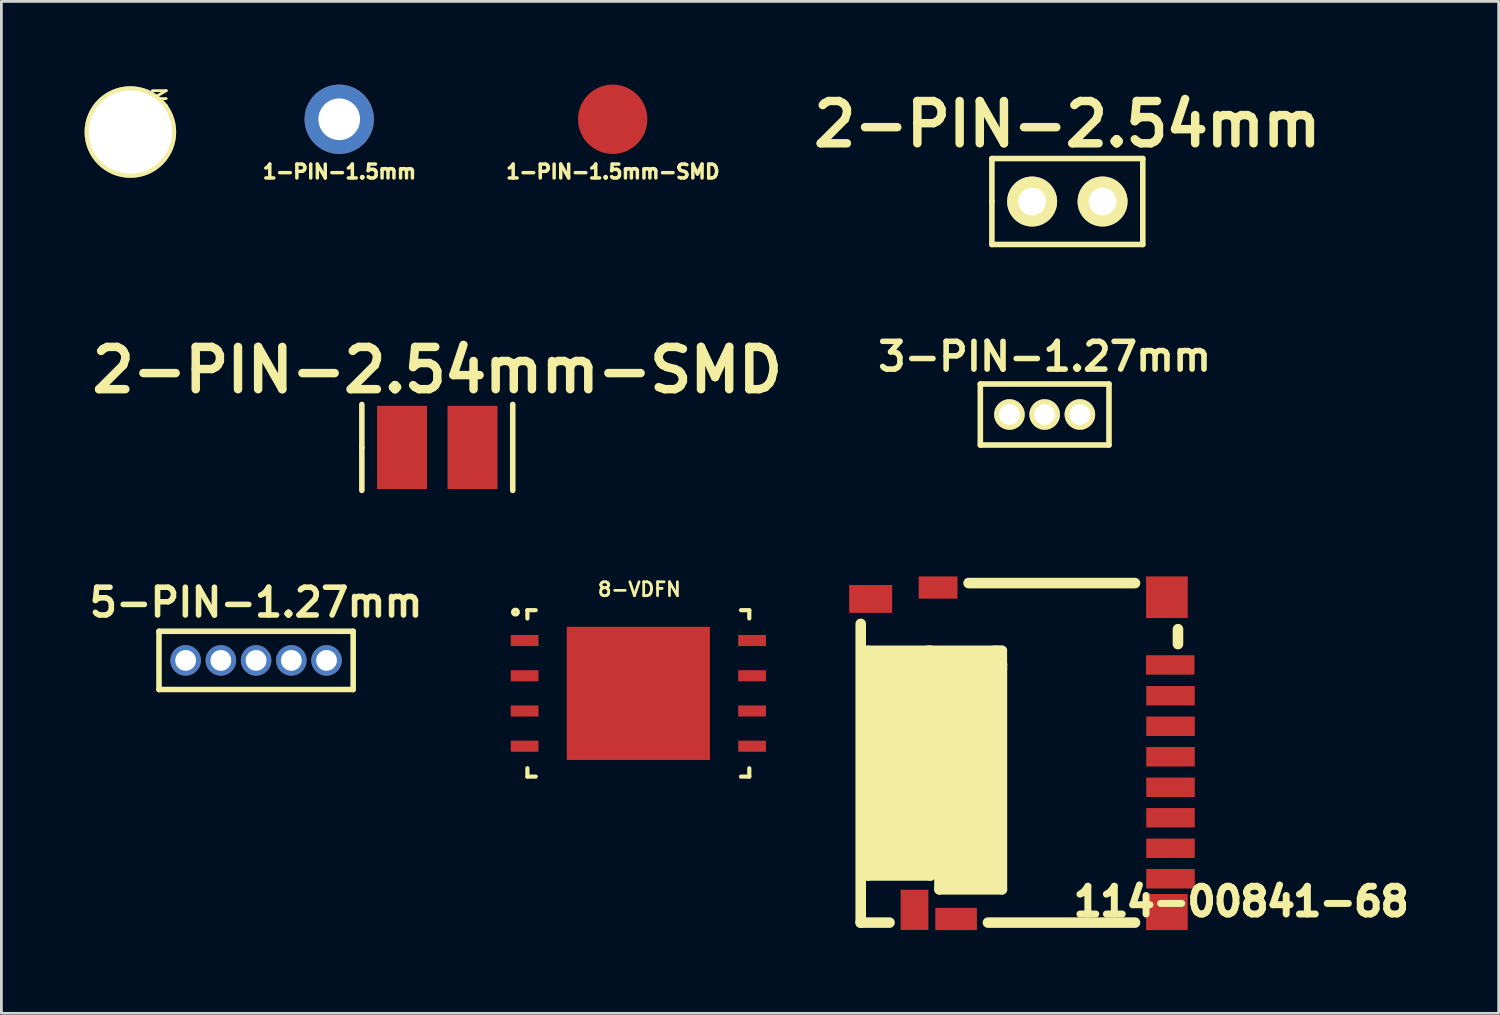
<source format=kicad_pcb>
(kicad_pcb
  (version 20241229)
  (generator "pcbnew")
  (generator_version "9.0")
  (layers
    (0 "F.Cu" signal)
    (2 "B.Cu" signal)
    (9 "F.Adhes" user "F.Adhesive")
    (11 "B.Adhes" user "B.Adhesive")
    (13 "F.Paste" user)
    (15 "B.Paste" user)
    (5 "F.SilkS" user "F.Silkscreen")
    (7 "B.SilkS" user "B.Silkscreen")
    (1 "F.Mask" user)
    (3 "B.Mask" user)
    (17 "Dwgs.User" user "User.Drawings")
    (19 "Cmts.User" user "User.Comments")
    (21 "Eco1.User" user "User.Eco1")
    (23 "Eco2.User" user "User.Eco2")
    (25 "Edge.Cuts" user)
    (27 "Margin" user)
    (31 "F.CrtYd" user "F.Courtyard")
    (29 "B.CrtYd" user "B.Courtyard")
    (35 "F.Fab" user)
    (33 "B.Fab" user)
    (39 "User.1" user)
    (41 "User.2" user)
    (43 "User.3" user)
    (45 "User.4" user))
  (footprint "3-PIN-1.27mm"
    (layer "F.Cu")
    (at 34.611 11.893)
    (property "Reference" "3-PIN-1.27mm" (at 0 -2.09 0) (layer "F.SilkS") (effects (font (size 1.001 1.001) (thickness 0.201))))
    (attr through_hole)
    (fp_line (start -2.319 -1.1) (end 2.319 -1.1) (stroke (width 0.201) (type solid)) (layer "F.SilkS"))
    (fp_line (start -2.319 1.1) (end -2.319 -1.1) (stroke (width 0.201) (type solid)) (layer "F.SilkS"))
    (fp_line (start 2.319 -1.1) (end 2.319 1.1) (stroke (width 0.201) (type solid)) (layer "F.SilkS"))
    (fp_line (start 2.319 1.1) (end -2.319 1.1) (stroke (width 0.201) (type solid)) (layer "F.SilkS"))
    (pad "1" thru_hole circle (at -1.27 0) (size 1.1 1.1) (drill 0.749) (layers "*.Cu" "*.Mask" "F.SilkS"))
    (pad "2" thru_hole circle (at 0 0) (size 1.1 1.1) (drill 0.749) (layers "*.Cu" "*.Mask" "F.SilkS"))
    (pad "3" thru_hole circle (at 1.27 0) (size 1.1 1.1) (drill 0.749) (layers "*.Cu" "*.Mask" "F.SilkS")))
  (footprint "1-PIN-1.5mm-SMD"
    (layer "F.Cu")
    (at 19.038 1.25)
    (property "Reference" "1-PIN-1.5mm-SMD" (at 0.008 1.89 0) (layer "F.SilkS") (effects (font (size 0.5 0.5) (thickness 0.125))))
    (attr through_hole)
    (pad "1" smd circle (at 0 0) (size 2.5 2.5) (layers "F.Cu" "F.Mask" "F.Paste")))
  (footprint "8-VDFN"
    (layer "F.Cu")
    (at 19.963 21.947)
    (property "Reference" "8-VDFN" (at 0.038 -3.749 0) (layer "F.SilkS") (effects (font (size 0.5 0.5) (thickness 0.1))))
    (attr through_hole)
    (fp_line (start -4 -3) (end -3.7 -3) (stroke (width 0.15) (type solid)) (layer "F.SilkS"))
    (fp_line (start -4 -2.7) (end -4 -3) (stroke (width 0.15) (type solid)) (layer "F.SilkS"))
    (fp_line (start -4 2.7) (end -4 3) (stroke (width 0.15) (type solid)) (layer "F.SilkS"))
    (fp_line (start -4 3) (end -3.7 3) (stroke (width 0.15) (type solid)) (layer "F.SilkS"))
    (fp_line (start 3.7 3) (end 4 3) (stroke (width 0.15) (type solid)) (layer "F.SilkS"))
    (fp_line (start 4 -3) (end 3.7 -3) (stroke (width 0.15) (type solid)) (layer "F.SilkS"))
    (fp_line (start 4 -2.7) (end 4 -3) (stroke (width 0.15) (type solid)) (layer "F.SilkS"))
    (fp_line (start 4 3) (end 4 2.7) (stroke (width 0.15) (type solid)) (layer "F.SilkS"))
    (fp_circle (center -4.43 -2.93) (end -4.361 -2.877) (stroke (width 0.15) (type solid)) (fill no) (layer "F.SilkS"))
    (pad "1" smd rect (at -4.1 -1.905) (size 1 0.4) (layers "F.Cu" "F.Mask" "F.Paste"))
    (pad "2" smd rect (at -4.1 -0.635) (size 1 0.4) (layers "F.Cu" "F.Mask" "F.Paste"))
    (pad "3" smd rect (at -4.1 0.635) (size 1 0.4) (layers "F.Cu" "F.Mask" "F.Paste"))
    (pad "4" smd rect (at -4.1 1.905) (size 1 0.4) (layers "F.Cu" "F.Mask" "F.Paste"))
    (pad "4" smd rect (at 0 0) (size 5.16 4.8) (layers "F.Cu" "F.Mask" "F.Paste"))
    (pad "5" smd rect (at 4.1 1.905) (size 1 0.4) (layers "F.Cu" "F.Mask" "F.Paste"))
    (pad "6" smd rect (at 4.1 0.635) (size 1 0.4) (layers "F.Cu" "F.Mask" "F.Paste"))
    (pad "7" smd rect (at 4.1 -0.635) (size 1 0.4) (layers "F.Cu" "F.Mask" "F.Paste"))
    (pad "8" smd rect (at 4.1 -1.905) (size 1 0.4) (layers "F.Cu" "F.Mask" "F.Paste")))
  (footprint "1-PIN-1.5mm"
    (layer "F.Cu")
    (at 9.18 1.25)
    (property "Reference" "1-PIN-1.5mm" (at 0.008 1.89 0) (layer "F.SilkS") (effects (font (size 0.5 0.5) (thickness 0.125))))
    (attr through_hole)
    (pad "1" thru_hole circle (at 0 0) (size 2.5 2.5) (drill 1.5) (layers "*.Cu" "*.Mask")))
  (footprint "2-PIN-2.54mm-SMD"
    (layer "F.Cu")
    (at 12.715 13.08)
    (property "Reference" "2-PIN-2.54mm-SMD" (at 0 -2.789 0) (layer "F.SilkS") (effects (font (size 1.524 1.524) (thickness 0.305))))
    (attr through_hole)
    (fp_line (start -2.72 0) (end -2.72 -1.549) (stroke (width 0.201) (type solid)) (layer "F.SilkS"))
    (fp_line (start -2.72 1.549) (end -2.72 0) (stroke (width 0.201) (type solid)) (layer "F.SilkS"))
    (fp_line (start 2.72 -1.549) (end 2.72 1.549) (stroke (width 0.201) (type solid)) (layer "F.SilkS"))
    (pad "1" smd rect (at -1.27 0) (size 1.801 3) (layers "F.Cu" "F.Mask" "F.Paste"))
    (pad "2" smd rect (at 1.27 0) (size 1.801 3) (layers "F.Cu" "F.Mask" "F.Paste")))
  (footprint "2-PIN-2.54mm"
    (layer "F.Cu")
    (at 35.429 4.215)
    (property "Reference" "2-PIN-2.54mm" (at 0 -2.789 0) (layer "F.SilkS") (effects (font (size 1.524 1.524) (thickness 0.305))))
    (attr through_hole)
    (fp_line (start -2.72 -1.549) (end 2.72 -1.549) (stroke (width 0.201) (type solid)) (layer "F.SilkS"))
    (fp_line (start -2.72 0) (end -2.72 -1.549) (stroke (width 0.201) (type solid)) (layer "F.SilkS"))
    (fp_line (start -2.72 1.549) (end -2.72 0) (stroke (width 0.201) (type solid)) (layer "F.SilkS"))
    (fp_line (start 2.72 -1.549) (end 2.72 1.549) (stroke (width 0.201) (type solid)) (layer "F.SilkS"))
    (fp_line (start 2.72 1.549) (end -2.72 1.549) (stroke (width 0.201) (type solid)) (layer "F.SilkS"))
    (pad "1" thru_hole circle (at -1.27 0) (size 1.801 1.801) (drill 1.001) (layers "*.Cu" "*.Mask" "F.SilkS"))
    (pad "2" thru_hole circle (at 1.27 0) (size 1.801 1.801) (drill 1.001) (layers "*.Cu" "*.Mask" "F.SilkS")))
  (footprint "5-PIN-1.27mm"
    (layer "F.Cu")
    (at 6.182 20.758)
    (property "Reference" "5-PIN-1.27mm" (at 0 -2.09 0) (layer "F.SilkS") (effects (font (size 1.001 1.001) (thickness 0.201))))
    (attr through_hole)
    (fp_line (start -3.5 -1.05) (end -3.5 1.05) (stroke (width 0.2) (type solid)) (layer "F.SilkS"))
    (fp_line (start -3.5 -1.05) (end 3.5 -1.05) (stroke (width 0.2) (type solid)) (layer "F.SilkS"))
    (fp_line (start -3.5 1.05) (end 3.5 1.05) (stroke (width 0.2) (type solid)) (layer "F.SilkS"))
    (fp_line (start 3.5 -1.05) (end 3.5 1.05) (stroke (width 0.2) (type solid)) (layer "F.SilkS"))
    (pad "1" thru_hole circle (at -2.54 0) (size 1.1 1.1) (drill 0.749) (layers "*.Cu" "*.Mask"))
    (pad "2" thru_hole circle (at -1.27 0) (size 1.1 1.1) (drill 0.749) (layers "*.Cu" "*.Mask"))
    (pad "3" thru_hole circle (at 0 0) (size 1.1 1.1) (drill 0.749) (layers "*.Cu" "*.Mask"))
    (pad "4" thru_hole circle (at 1.27 0) (size 1.1 1.1) (drill 0.749) (layers "*.Cu" "*.Mask"))
    (pad "5" thru_hole circle (at 2.54 0) (size 1.1 1.1) (drill 0.749) (layers "*.Cu" "*.Mask")))
  (footprint "114-00841-68"
    (layer "F.Cu")
    (at 39.148 28.631)
    (property "Reference" "114-00841-68" (at 2.55 0.82 0) (layer "F.SilkS") (effects (font (size 1.001 1.001) (thickness 0.251))))
    (attr through_hole)
    (fp_line (start -11.171 1.58) (end -10.13 1.58) (stroke (width 0.381) (type solid)) (layer "F.SilkS"))
    (fp_line (start -11.168 -9.19) (end -11.168 1.58) (stroke (width 0.381) (type solid)) (layer "F.SilkS"))
    (fp_line (start -10.909 -8.219) (end -10.909 -0.119) (stroke (width 0.381) (type solid)) (layer "F.SilkS"))
    (fp_line (start -10.909 -0.119) (end -8.659 -0.119) (stroke (width 0.381) (type solid)) (layer "F.SilkS"))
    (fp_line (start -10.569 -0.241) (end -10.589 -7.981) (stroke (width 0.381) (type solid)) (layer "F.SilkS"))
    (fp_line (start -10.31 -8.11) (end -10.269 -0.33) (stroke (width 0.381) (type solid)) (layer "F.SilkS"))
    (fp_line (start -9.949 -0.201) (end -10.02 -7.981) (stroke (width 0.381) (type solid)) (layer "F.SilkS"))
    (fp_line (start -9.759 -8.08) (end -9.66 -0.33) (stroke (width 0.381) (type solid)) (layer "F.SilkS"))
    (fp_line (start -9.39 -0.221) (end -9.469 -7.94) (stroke (width 0.381) (type solid)) (layer "F.SilkS"))
    (fp_line (start -9.23 -8.09) (end -9.081 -0.34) (stroke (width 0.381) (type solid)) (layer "F.SilkS"))
    (fp_line (start -9.07 -8.029) (end -6.129 -8.019) (stroke (width 0.381) (type solid)) (layer "F.SilkS"))
    (fp_line (start -8.86 -0.279) (end -8.959 -7.981) (stroke (width 0.381) (type solid)) (layer "F.SilkS"))
    (fp_line (start -8.76 -8.219) (end -6.22 -8.219) (stroke (width 0.381) (type solid)) (layer "F.SilkS"))
    (fp_line (start -8.659 -8.219) (end -10.909 -8.219) (stroke (width 0.381) (type solid)) (layer "F.SilkS"))
    (fp_line (start -8.659 -0.119) (end -8.659 -8.219) (stroke (width 0.381) (type solid)) (layer "F.SilkS"))
    (fp_line (start -8.329 -7.719) (end -8.329 0.381) (stroke (width 0.381) (type solid)) (layer "F.SilkS"))
    (fp_line (start -8.329 0.381) (end -6.078 0.381) (stroke (width 0.381) (type solid)) (layer "F.SilkS"))
    (fp_line (start -7.988 0.259) (end -8.009 -7.48) (stroke (width 0.381) (type solid)) (layer "F.SilkS"))
    (fp_line (start -7.729 -7.61) (end -7.689 0.17) (stroke (width 0.381) (type solid)) (layer "F.SilkS"))
    (fp_line (start -7.369 0.3) (end -7.44 -7.48) (stroke (width 0.381) (type solid)) (layer "F.SilkS"))
    (fp_line (start -7.28 -10.66) (end -1.28 -10.66) (stroke (width 0.381) (type solid)) (layer "F.SilkS"))
    (fp_line (start -7.178 -7.579) (end -7.079 0.17) (stroke (width 0.381) (type solid)) (layer "F.SilkS"))
    (fp_line (start -6.81 0.279) (end -6.888 -7.44) (stroke (width 0.381) (type solid)) (layer "F.SilkS"))
    (fp_line (start -6.65 -7.59) (end -6.5 0.16) (stroke (width 0.381) (type solid)) (layer "F.SilkS"))
    (fp_line (start -6.581 1.58) (end -1.28 1.58) (stroke (width 0.381) (type solid)) (layer "F.SilkS"))
    (fp_line (start -6.37 -8.219) (end -6.081 -8.219) (stroke (width 0.381) (type solid)) (layer "F.SilkS"))
    (fp_line (start -6.279 0.221) (end -6.378 -7.48) (stroke (width 0.381) (type solid)) (layer "F.SilkS"))
    (fp_line (start -6.081 -8.219) (end -6.081 -7.559) (stroke (width 0.381) (type solid)) (layer "F.SilkS"))
    (fp_line (start -6.078 -7.719) (end -8.329 -7.719) (stroke (width 0.381) (type solid)) (layer "F.SilkS"))
    (fp_line (start -6.078 0.381) (end -6.078 -7.719) (stroke (width 0.381) (type solid)) (layer "F.SilkS"))
    (fp_line (start 0.269 -8.461) (end 0.269 -8.999) (stroke (width 0.381) (type solid)) (layer "F.SilkS"))
    (pad "" smd rect (at -8.379 -10.5) (size 1.4 0.8) (layers "F.Cu" "F.Mask" "F.Paste"))
    (pad "" smd rect (at -7.729 1.45) (size 1.501 0.8) (layers "F.Cu" "F.Mask" "F.Paste"))
    (pad "" smd rect (at -0.13 -10.15) (size 1.501 1.501) (layers "F.Cu" "F.Mask" "F.Paste"))
    (pad "" smd rect (at -0.13 1.199) (size 1.501 1.3) (layers "F.Cu" "F.Mask" "F.Paste"))
    (pad "1" smd rect (at 0 0) (size 1.75 0.701) (layers "F.Cu" "F.Mask" "F.Paste"))
    (pad "2" smd rect (at 0 -1.1) (size 1.75 0.701) (layers "F.Cu" "F.Mask" "F.Paste"))
    (pad "3" smd rect (at 0 -2.2) (size 1.75 0.701) (layers "F.Cu" "F.Mask" "F.Paste"))
    (pad "4" smd rect (at 0 -3.299) (size 1.75 0.701) (layers "F.Cu" "F.Mask" "F.Paste"))
    (pad "5" smd rect (at 0 -4.399) (size 1.75 0.701) (layers "F.Cu" "F.Mask" "F.Paste"))
    (pad "6" smd rect (at 0 -5.499) (size 1.75 0.701) (layers "F.Cu" "F.Mask" "F.Paste"))
    (pad "7" smd rect (at 0 -6.599) (size 1.75 0.701) (layers "F.Cu" "F.Mask" "F.Paste"))
    (pad "8" smd rect (at -0.01 -7.709) (size 1.75 0.701) (layers "F.Cu" "F.Mask" "F.Paste"))
    (pad "9" smd rect (at -9.23 1.12) (size 1.001 1.45) (layers "F.Cu" "F.Mask" "F.Paste"))
    (pad "10" smd rect (at -10.81 -10.089) (size 1.549 1.001) (layers "F.Cu" "F.Mask" "F.Paste")))
  (footprint "1-PIN"
    (layer "F.Cu")
    (at 1.65 1.71)
    (property "Reference" "1-PIN" (at 1.067 -0.432 90) (layer "F.SilkS") (effects (font (size 0.5 0.5) (thickness 0.1))))
    (attr through_hole)
    (pad "1" thru_hole circle (at 0 0) (size 3.3 3.3) (drill 3) (layers "*.Cu" "*.Mask" "F.SilkS")))
  (gr_rect
    (start -3 -3)
    (end 50.978 33.481)
    (stroke (width 0.1) (type default))
    (fill no)
    (layer "Edge.Cuts")))
</source>
